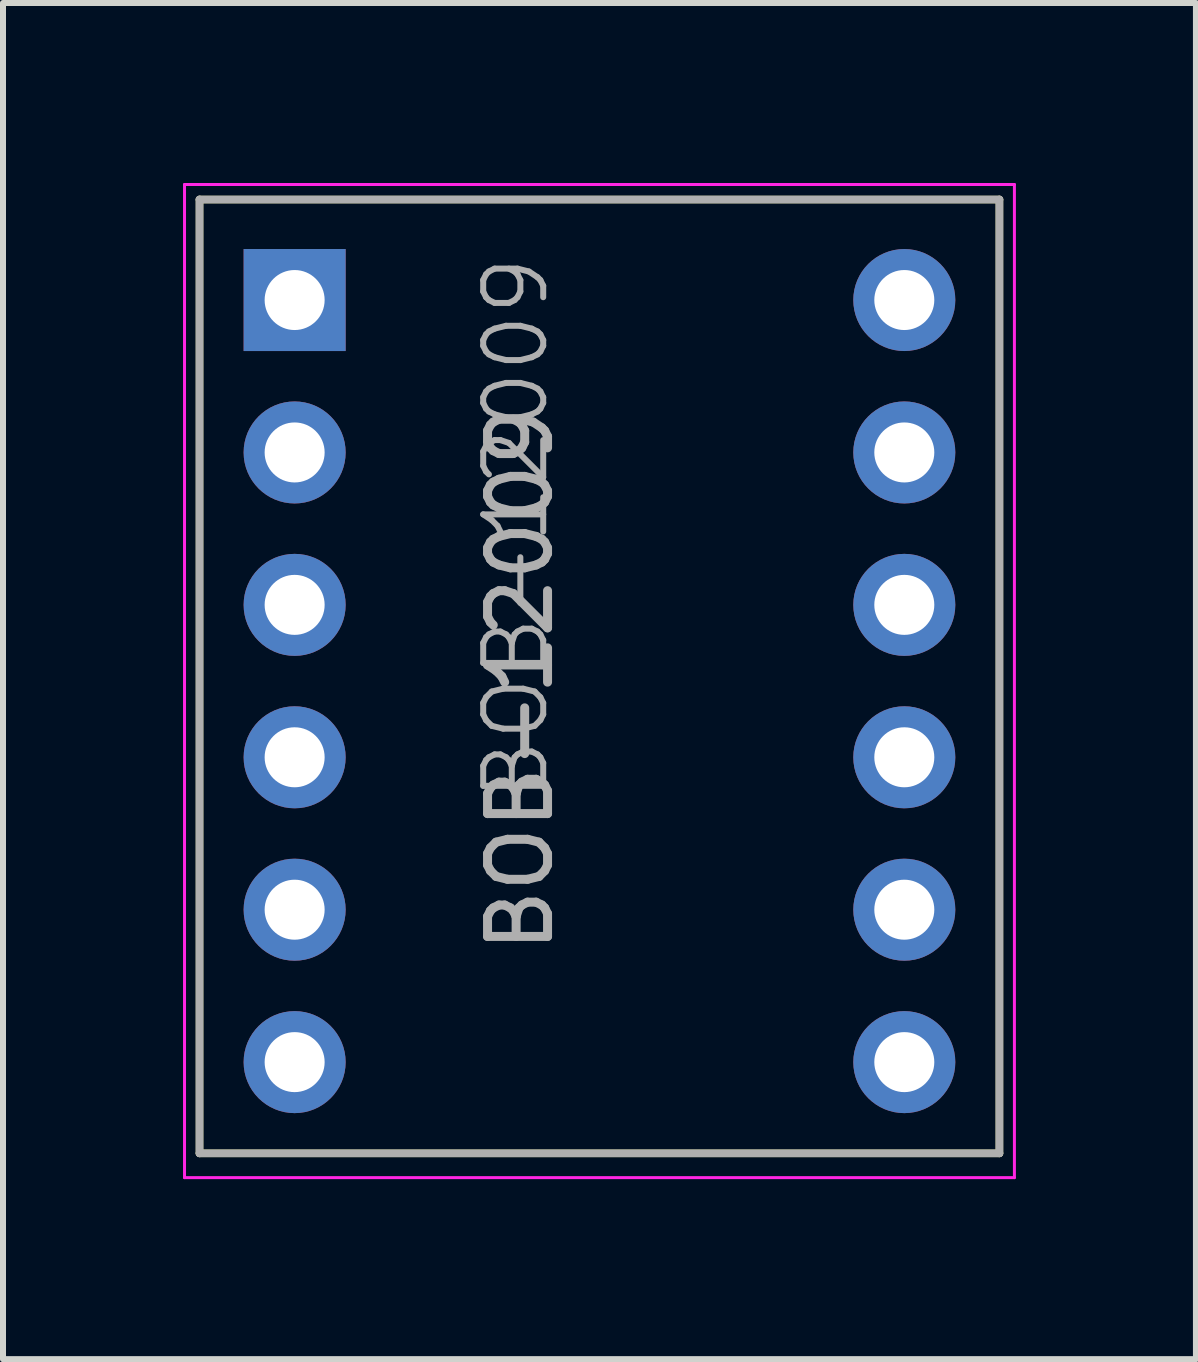
<source format=kicad_pcb>
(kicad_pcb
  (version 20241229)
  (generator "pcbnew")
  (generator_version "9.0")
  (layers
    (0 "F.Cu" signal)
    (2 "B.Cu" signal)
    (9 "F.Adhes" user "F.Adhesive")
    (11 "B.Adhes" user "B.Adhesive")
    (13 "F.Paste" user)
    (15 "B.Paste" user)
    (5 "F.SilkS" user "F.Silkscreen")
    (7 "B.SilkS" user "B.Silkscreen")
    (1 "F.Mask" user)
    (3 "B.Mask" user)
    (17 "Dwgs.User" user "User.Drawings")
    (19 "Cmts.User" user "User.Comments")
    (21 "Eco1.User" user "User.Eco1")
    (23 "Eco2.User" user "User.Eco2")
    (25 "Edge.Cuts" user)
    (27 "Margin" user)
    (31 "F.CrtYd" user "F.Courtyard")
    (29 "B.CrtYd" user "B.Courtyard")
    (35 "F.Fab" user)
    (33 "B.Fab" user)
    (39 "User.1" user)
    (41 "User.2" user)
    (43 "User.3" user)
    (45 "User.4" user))
  (footprint "BOB-12009"
    (layer "F.Cu")
    (at 7.32 8.27)
    (property "Reference" "BOB-12009" (at -1.775 -2.51 90) (unlocked yes) (layer "F.Fab") (effects (font (size 1 1) (thickness 0.1))))
    (attr through_hole)
    (fp_line (start -7.045 -7.995) (end 6.285 -7.995) (stroke (width 0.127) (type solid)) (layer "F.SilkS"))
    (fp_line (start -7.045 7.9) (end -7.045 -7.995) (stroke (width 0.127) (type solid)) (layer "F.SilkS"))
    (fp_line (start 6.285 -7.995) (end 6.285 7.9) (stroke (width 0.127) (type solid)) (layer "F.SilkS"))
    (fp_line (start 6.285 7.9) (end -7.045 7.9) (stroke (width 0.127) (type solid)) (layer "F.SilkS"))
    (fp_line (start -7.295 -8.245) (end -7.295 8.305) (stroke (width 0.05) (type solid)) (layer "F.CrtYd"))
    (fp_line (start -7.295 8.305) (end 6.535 8.305) (stroke (width 0.05) (type solid)) (layer "F.CrtYd"))
    (fp_line (start 6.535 -8.245) (end -7.295 -8.245) (stroke (width 0.05) (type solid)) (layer "F.CrtYd"))
    (fp_line (start 6.535 8.305) (end 6.535 -8.245) (stroke (width 0.05) (type solid)) (layer "F.CrtYd"))
    (fp_line (start -7.045 -7.995) (end 6.285 -7.995) (stroke (width 0.127) (type solid)) (layer "F.Fab"))
    (fp_line (start -7.045 7.9) (end -7.045 -7.995) (stroke (width 0.127) (type solid)) (layer "F.Fab"))
    (fp_line (start 6.285 -7.995) (end 6.285 7.9) (stroke (width 0.127) (type solid)) (layer "F.Fab"))
    (fp_line (start 6.285 7.9) (end -7.045 7.9) (stroke (width 0.127) (type solid)) (layer "F.Fab"))
    (fp_text user "${REFERENCE}" (at -1.7 0 90) (unlocked yes) (layer "F.Fab") (effects (font (size 1 1) (thickness 0.15))))
    (pad "1" thru_hole rect (at -5.46 -6.32) (size 1.7 1.7) (drill 1) (layers "*.Cu" "*.Mask"))
    (pad "2" thru_hole circle (at -5.46 -3.78) (size 1.7 1.7) (drill 1) (layers "*.Cu" "*.Mask"))
    (pad "3" thru_hole circle (at -5.46 -1.24) (size 1.7 1.7) (drill 1) (layers "*.Cu" "*.Mask"))
    (pad "4" thru_hole circle (at -5.46 1.3) (size 1.7 1.7) (drill 1) (layers "*.Cu" "*.Mask"))
    (pad "5" thru_hole circle (at -5.46 3.84) (size 1.7 1.7) (drill 1) (layers "*.Cu" "*.Mask"))
    (pad "6" thru_hole circle (at -5.46 6.38) (size 1.7 1.7) (drill 1) (layers "*.Cu" "*.Mask"))
    (pad "7" thru_hole circle (at 4.7 -6.32) (size 1.7 1.7) (drill 1) (layers "*.Cu" "*.Mask"))
    (pad "8" thru_hole circle (at 4.7 -3.78) (size 1.7 1.7) (drill 1) (layers "*.Cu" "*.Mask"))
    (pad "9" thru_hole circle (at 4.7 -1.24) (size 1.7 1.7) (drill 1) (layers "*.Cu" "*.Mask"))
    (pad "10" thru_hole circle (at 4.7 1.3) (size 1.7 1.7) (drill 1) (layers "*.Cu" "*.Mask"))
    (pad "11" thru_hole circle (at 4.7 3.84) (size 1.7 1.7) (drill 1) (layers "*.Cu" "*.Mask"))
    (pad "12" thru_hole circle (at 4.7 6.38) (size 1.7 1.7) (drill 1) (layers "*.Cu" "*.Mask")))
  (gr_rect
    (start -3 -3)
    (end 16.88 19.6)
    (stroke (width 0.1) (type default))
    (fill no)
    (layer "Edge.Cuts")))
</source>
